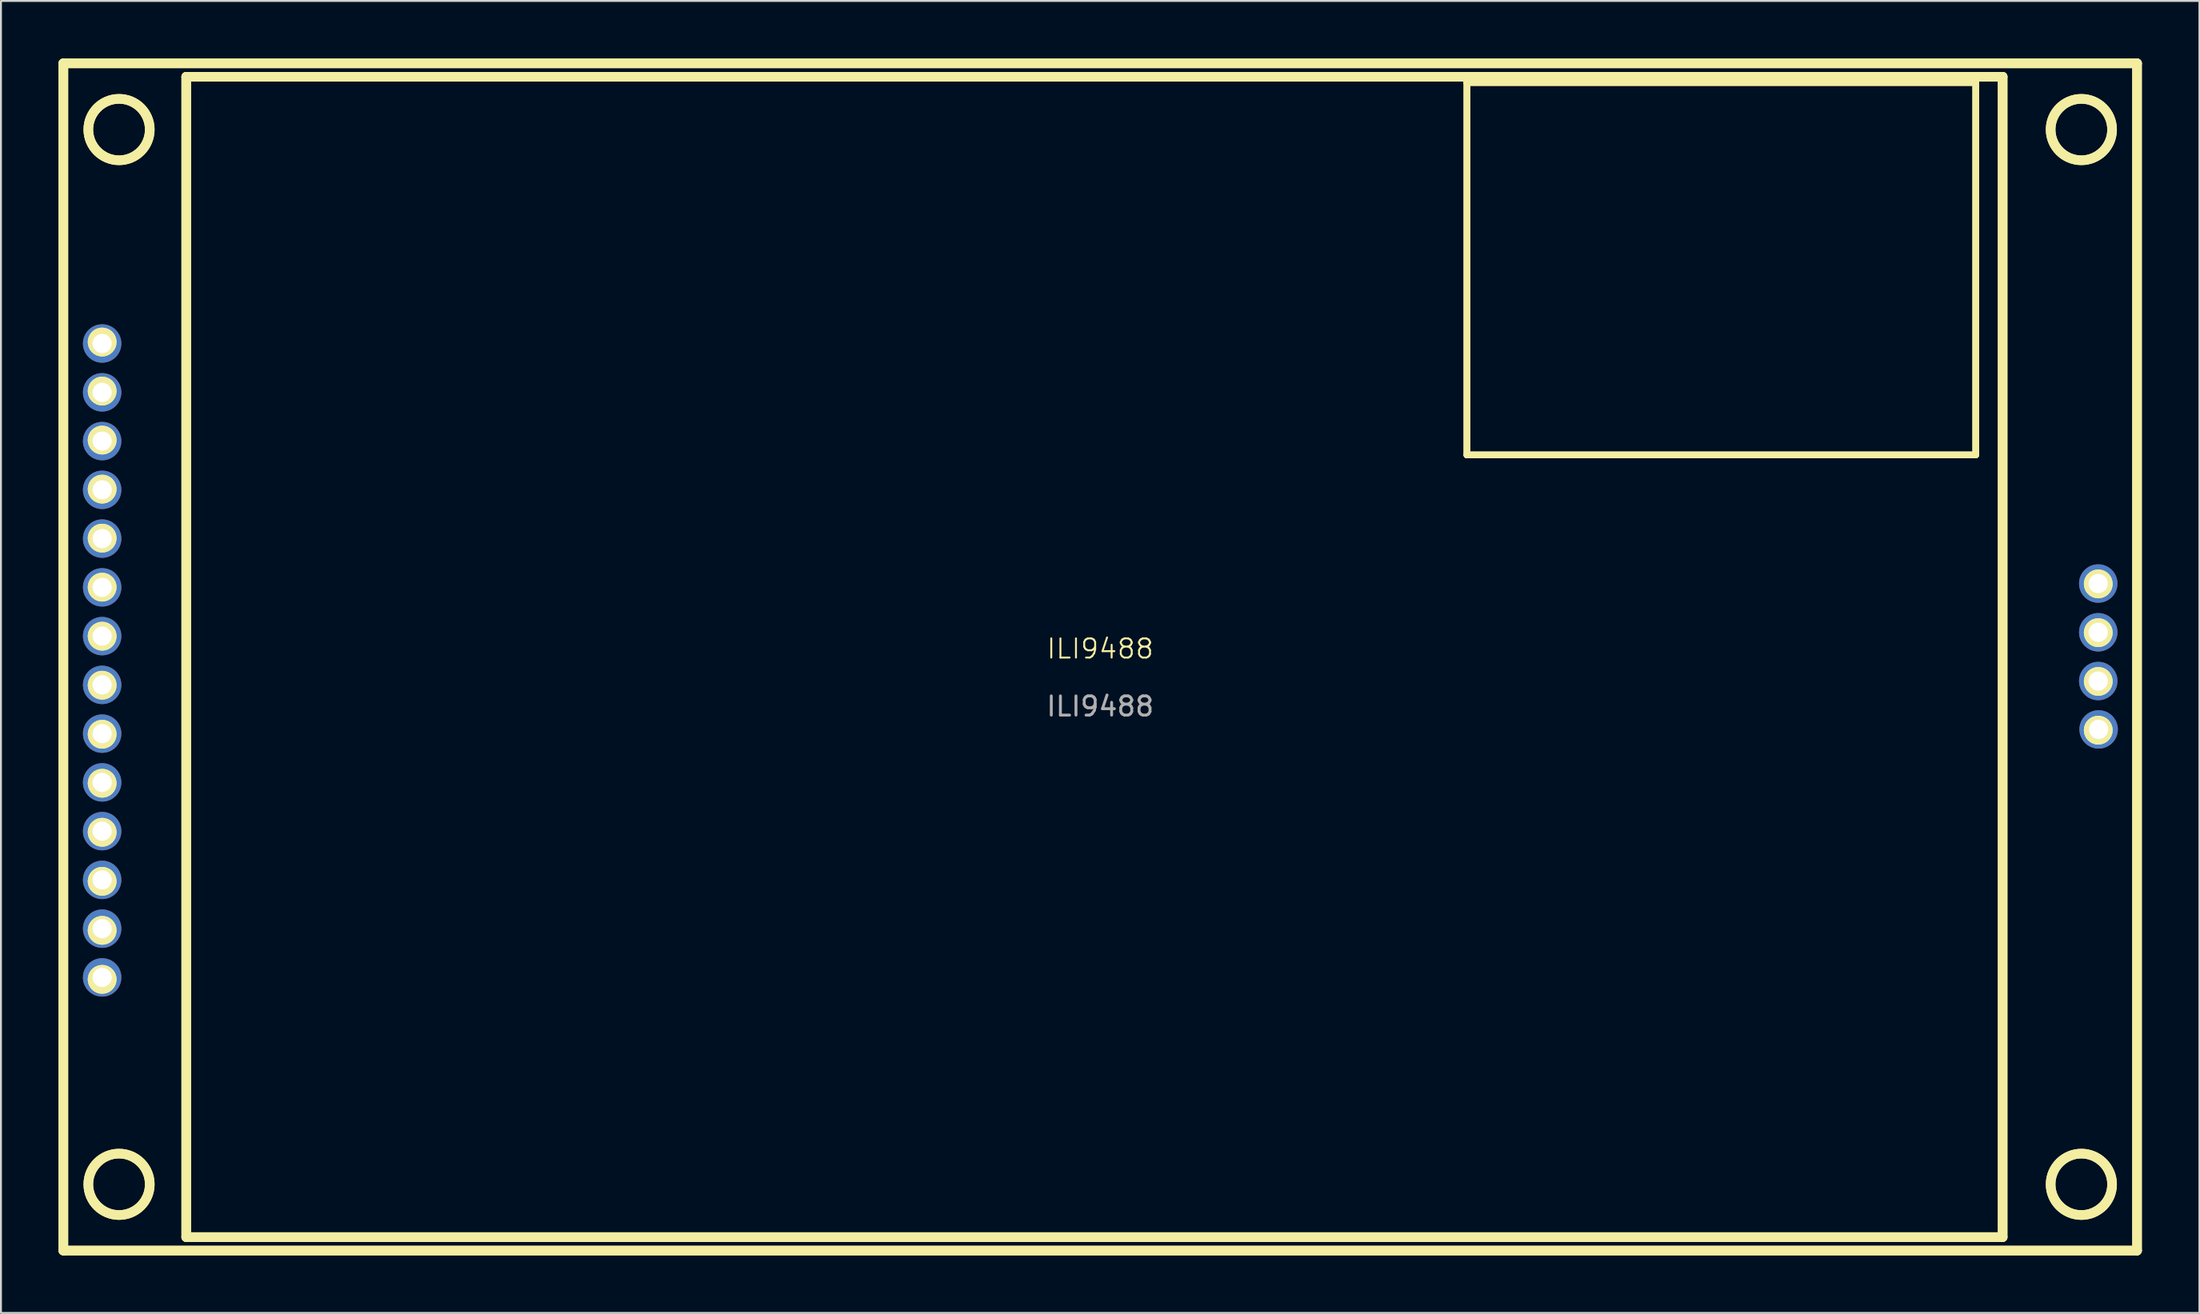
<source format=kicad_pcb>
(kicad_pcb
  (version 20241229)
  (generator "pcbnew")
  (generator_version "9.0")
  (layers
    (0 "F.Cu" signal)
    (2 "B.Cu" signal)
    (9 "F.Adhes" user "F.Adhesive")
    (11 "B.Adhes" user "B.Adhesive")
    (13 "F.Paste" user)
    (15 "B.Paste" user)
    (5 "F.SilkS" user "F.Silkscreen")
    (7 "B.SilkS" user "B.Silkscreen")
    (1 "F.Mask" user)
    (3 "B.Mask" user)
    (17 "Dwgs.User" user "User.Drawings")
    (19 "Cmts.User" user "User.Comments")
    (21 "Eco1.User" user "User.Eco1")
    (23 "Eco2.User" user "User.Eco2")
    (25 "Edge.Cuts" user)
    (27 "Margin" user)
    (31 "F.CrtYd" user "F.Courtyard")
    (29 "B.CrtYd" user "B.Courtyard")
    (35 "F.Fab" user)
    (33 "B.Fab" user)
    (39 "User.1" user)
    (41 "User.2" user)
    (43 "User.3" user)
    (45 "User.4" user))
  (footprint "ILI9488"
    (layer "F.Cu")
    (at 54.25 31.25)
    (property "Reference" "ILI9488" (at 0 -0.5 0) (unlocked yes) (layer "F.SilkS") (effects (font (size 1 1) (thickness 0.1))))
    (attr smd)
    (fp_line (start -54 -31) (end -54 30.85) (stroke (width 0.5) (type solid)) (layer "F.SilkS"))
    (fp_line (start -54 -31) (end -54 30.85) (stroke (width 0.5) (type solid)) (layer "F.SilkS"))
    (fp_line (start -54 30.85) (end 54 30.85) (stroke (width 0.5) (type solid)) (layer "F.SilkS"))
    (fp_line (start -54 30.85) (end 54 30.85) (stroke (width 0.5) (type solid)) (layer "F.SilkS"))
    (fp_line (start -47.6 -30.3) (end -47.6 30.15) (stroke (width 0.5) (type solid)) (layer "F.SilkS"))
    (fp_line (start -47.6 -30.3) (end -47.6 30.15) (stroke (width 0.5) (type solid)) (layer "F.SilkS"))
    (fp_line (start -47.6 30.15) (end 47 30.15) (stroke (width 0.5) (type solid)) (layer "F.SilkS"))
    (fp_line (start -47.6 30.15) (end 47 30.15) (stroke (width 0.5) (type solid)) (layer "F.SilkS"))
    (fp_line (start 19.1 -30) (end 19.1 -10.6) (stroke (width 0.35) (type solid)) (layer "F.SilkS"))
    (fp_line (start 19.1 -30) (end 19.1 -10.6) (stroke (width 0.35) (type solid)) (layer "F.SilkS"))
    (fp_line (start 19.1 -10.6) (end 45.6 -10.6) (stroke (width 0.35) (type solid)) (layer "F.SilkS"))
    (fp_line (start 19.1 -10.6) (end 45.6 -10.6) (stroke (width 0.35) (type solid)) (layer "F.SilkS"))
    (fp_line (start 45.6 -30) (end 19.1 -30) (stroke (width 0.35) (type solid)) (layer "F.SilkS"))
    (fp_line (start 45.6 -30) (end 19.1 -30) (stroke (width 0.35) (type solid)) (layer "F.SilkS"))
    (fp_line (start 45.6 -10.6) (end 45.6 -30) (stroke (width 0.35) (type solid)) (layer "F.SilkS"))
    (fp_line (start 45.6 -10.6) (end 45.6 -30) (stroke (width 0.35) (type solid)) (layer "F.SilkS"))
    (fp_line (start 47 -30.3) (end -47.6 -30.3) (stroke (width 0.5) (type solid)) (layer "F.SilkS"))
    (fp_line (start 47 -30.3) (end -47.6 -30.3) (stroke (width 0.5) (type solid)) (layer "F.SilkS"))
    (fp_line (start 47 30.15) (end 47 -30.3) (stroke (width 0.5) (type solid)) (layer "F.SilkS"))
    (fp_line (start 47 30.15) (end 47 -30.3) (stroke (width 0.5) (type solid)) (layer "F.SilkS"))
    (fp_line (start 54 -31) (end -54 -31) (stroke (width 0.5) (type solid)) (layer "F.SilkS"))
    (fp_line (start 54 -31) (end -54 -31) (stroke (width 0.5) (type solid)) (layer "F.SilkS"))
    (fp_line (start 54 30.85) (end 54 -31) (stroke (width 0.5) (type solid)) (layer "F.SilkS"))
    (fp_line (start 54 30.85) (end 54 -31) (stroke (width 0.5) (type solid)) (layer "F.SilkS"))
    (fp_circle (center -51.98 -16.48) (end -51.48 -16.48) (stroke (width 0.5) (type solid)) (fill no) (layer "F.SilkS"))
    (fp_circle (center -51.98 -16.48) (end -51.48 -16.48) (stroke (width 0.5) (type solid)) (fill no) (layer "F.SilkS"))
    (fp_circle (center -51.98 -13.926) (end -51.48 -13.926) (stroke (width 0.5) (type solid)) (fill no) (layer "F.SilkS"))
    (fp_circle (center -51.98 -13.926) (end -51.48 -13.926) (stroke (width 0.5) (type solid)) (fill no) (layer "F.SilkS"))
    (fp_circle (center -51.98 -11.372) (end -51.48 -11.372) (stroke (width 0.5) (type solid)) (fill no) (layer "F.SilkS"))
    (fp_circle (center -51.98 -11.372) (end -51.48 -11.372) (stroke (width 0.5) (type solid)) (fill no) (layer "F.SilkS"))
    (fp_circle (center -51.98 -8.818) (end -51.48 -8.818) (stroke (width 0.5) (type solid)) (fill no) (layer "F.SilkS"))
    (fp_circle (center -51.98 -8.818) (end -51.48 -8.818) (stroke (width 0.5) (type solid)) (fill no) (layer "F.SilkS"))
    (fp_circle (center -51.98 -6.264) (end -51.48 -6.264) (stroke (width 0.5) (type solid)) (fill no) (layer "F.SilkS"))
    (fp_circle (center -51.98 -6.264) (end -51.48 -6.264) (stroke (width 0.5) (type solid)) (fill no) (layer "F.SilkS"))
    (fp_circle (center -51.98 -3.71) (end -51.48 -3.71) (stroke (width 0.5) (type solid)) (fill no) (layer "F.SilkS"))
    (fp_circle (center -51.98 -3.71) (end -51.48 -3.71) (stroke (width 0.5) (type solid)) (fill no) (layer "F.SilkS"))
    (fp_circle (center -51.98 -1.156) (end -51.48 -1.156) (stroke (width 0.5) (type solid)) (fill no) (layer "F.SilkS"))
    (fp_circle (center -51.98 -1.156) (end -51.48 -1.156) (stroke (width 0.5) (type solid)) (fill no) (layer "F.SilkS"))
    (fp_circle (center -51.98 1.398) (end -51.48 1.398) (stroke (width 0.5) (type solid)) (fill no) (layer "F.SilkS"))
    (fp_circle (center -51.98 1.398) (end -51.48 1.398) (stroke (width 0.5) (type solid)) (fill no) (layer "F.SilkS"))
    (fp_circle (center -51.98 3.952) (end -51.48 3.952) (stroke (width 0.5) (type solid)) (fill no) (layer "F.SilkS"))
    (fp_circle (center -51.98 3.952) (end -51.48 3.952) (stroke (width 0.5) (type solid)) (fill no) (layer "F.SilkS"))
    (fp_circle (center -51.98 6.506) (end -51.48 6.506) (stroke (width 0.5) (type solid)) (fill no) (layer "F.SilkS"))
    (fp_circle (center -51.98 6.506) (end -51.48 6.506) (stroke (width 0.5) (type solid)) (fill no) (layer "F.SilkS"))
    (fp_circle (center -51.98 9.06) (end -51.48 9.06) (stroke (width 0.5) (type solid)) (fill no) (layer "F.SilkS"))
    (fp_circle (center -51.98 9.06) (end -51.48 9.06) (stroke (width 0.5) (type solid)) (fill no) (layer "F.SilkS"))
    (fp_circle (center -51.98 11.614) (end -51.48 11.614) (stroke (width 0.5) (type solid)) (fill no) (layer "F.SilkS"))
    (fp_circle (center -51.98 11.614) (end -51.48 11.614) (stroke (width 0.5) (type solid)) (fill no) (layer "F.SilkS"))
    (fp_circle (center -51.98 14.168) (end -51.48 14.168) (stroke (width 0.5) (type solid)) (fill no) (layer "F.SilkS"))
    (fp_circle (center -51.98 14.168) (end -51.48 14.168) (stroke (width 0.5) (type solid)) (fill no) (layer "F.SilkS"))
    (fp_circle (center -51.98 16.722) (end -51.48 16.722) (stroke (width 0.5) (type solid)) (fill no) (layer "F.SilkS"))
    (fp_circle (center -51.98 16.722) (end -51.48 16.722) (stroke (width 0.5) (type solid)) (fill no) (layer "F.SilkS"))
    (fp_circle (center -51.1 -27.55) (end -49.5 -27.55) (stroke (width 0.5) (type solid)) (fill no) (layer "F.SilkS"))
    (fp_circle (center -51.1 -27.55) (end -49.5 -27.55) (stroke (width 0.5) (type solid)) (fill no) (layer "F.SilkS"))
    (fp_circle (center -51.1 27.4) (end -49.5 27.4) (stroke (width 0.5) (type solid)) (fill no) (layer "F.SilkS"))
    (fp_circle (center -51.1 27.4) (end -49.5 27.4) (stroke (width 0.5) (type solid)) (fill no) (layer "F.SilkS"))
    (fp_circle (center 51.1 -27.55) (end 52.7 -27.55) (stroke (width 0.5) (type solid)) (fill no) (layer "F.SilkS"))
    (fp_circle (center 51.1 -27.55) (end 52.7 -27.55) (stroke (width 0.5) (type solid)) (fill no) (layer "F.SilkS"))
    (fp_circle (center 51.1 27.4) (end 52.7 27.4) (stroke (width 0.5) (type solid)) (fill no) (layer "F.SilkS"))
    (fp_circle (center 51.1 27.4) (end 52.7 27.4) (stroke (width 0.5) (type solid)) (fill no) (layer "F.SilkS"))
    (fp_circle (center 51.98 -3.88) (end 52.48 -3.88) (stroke (width 0.5) (type solid)) (fill no) (layer "F.SilkS"))
    (fp_circle (center 51.98 -3.88) (end 52.48 -3.88) (stroke (width 0.5) (type solid)) (fill no) (layer "F.SilkS"))
    (fp_circle (center 51.98 -1.34) (end 52.48 -1.34) (stroke (width 0.5) (type solid)) (fill no) (layer "F.SilkS"))
    (fp_circle (center 51.98 -1.34) (end 52.48 -1.34) (stroke (width 0.5) (type solid)) (fill no) (layer "F.SilkS"))
    (fp_circle (center 51.98 1.2) (end 52.48 1.2) (stroke (width 0.5) (type solid)) (fill no) (layer "F.SilkS"))
    (fp_circle (center 51.98 1.2) (end 52.48 1.2) (stroke (width 0.5) (type solid)) (fill no) (layer "F.SilkS"))
    (fp_circle (center 51.98 3.74) (end 52.48 3.74) (stroke (width 0.5) (type solid)) (fill no) (layer "F.SilkS"))
    (fp_circle (center 51.98 3.74) (end 52.48 3.74) (stroke (width 0.5) (type solid)) (fill no) (layer "F.SilkS"))
    (fp_text user "${REFERENCE}" (at 0 2.5 0) (unlocked yes) (layer "F.Fab") (effects (font (size 1 1) (thickness 0.15))))
    (pad "1" thru_hole circle (at -51.98 -16.405) (size 2 2) (drill 1) (layers "*.Cu" "*.Mask"))
    (pad "2" thru_hole circle (at -51.98 -13.86) (size 2 2) (drill 1) (layers "*.Cu" "*.Mask"))
    (pad "3" thru_hole circle (at -51.98 -11.32) (size 2 2) (drill 1) (layers "*.Cu" "*.Mask"))
    (pad "4" thru_hole circle (at -51.98 -8.78) (size 2 2) (drill 1) (layers "*.Cu" "*.Mask"))
    (pad "5" thru_hole circle (at -51.98 -6.24) (size 2 2) (drill 1) (layers "*.Cu" "*.Mask"))
    (pad "6" thru_hole circle (at -51.98 -3.7) (size 2 2) (drill 1) (layers "*.Cu" "*.Mask"))
    (pad "7" thru_hole circle (at -51.98 -1.16) (size 2 2) (drill 1) (layers "*.Cu" "*.Mask"))
    (pad "8" thru_hole circle (at -51.98 1.38) (size 2 2) (drill 1) (layers "*.Cu" "*.Mask"))
    (pad "9" thru_hole circle (at -51.98 3.92) (size 2 2) (drill 1) (layers "*.Cu" "*.Mask"))
    (pad "10" thru_hole circle (at -51.98 6.46) (size 2 2) (drill 1) (layers "*.Cu" "*.Mask"))
    (pad "11" thru_hole circle (at -51.98 9) (size 2 2) (drill 1) (layers "*.Cu" "*.Mask"))
    (pad "12" thru_hole circle (at -51.98 11.54) (size 2 2) (drill 1) (layers "*.Cu" "*.Mask"))
    (pad "13" thru_hole circle (at -51.98 14.08) (size 2 2) (drill 1) (layers "*.Cu" "*.Mask"))
    (pad "14" thru_hole circle (at -51.98 16.62) (size 2 2) (drill 1) (layers "*.Cu" "*.Mask"))
    (pad "15" thru_hole circle (at 51.98 -3.9) (size 2 2) (drill 1) (layers "*.Cu" "*.Mask"))
    (pad "16" thru_hole circle (at 51.98 -1.36) (size 2 2) (drill 1) (layers "*.Cu" "*.Mask"))
    (pad "17" thru_hole circle (at 51.98 1.18) (size 2 2) (drill 1) (layers "*.Cu" "*.Mask"))
    (pad "18" thru_hole circle (at 52 3.7) (size 2 2) (drill 1) (layers "*.Cu" "*.Mask")))
  (gr_rect
    (start -3 -3)
    (end 111.5 65.35)
    (stroke (width 0.1) (type default))
    (fill no)
    (layer "Edge.Cuts")))
</source>
